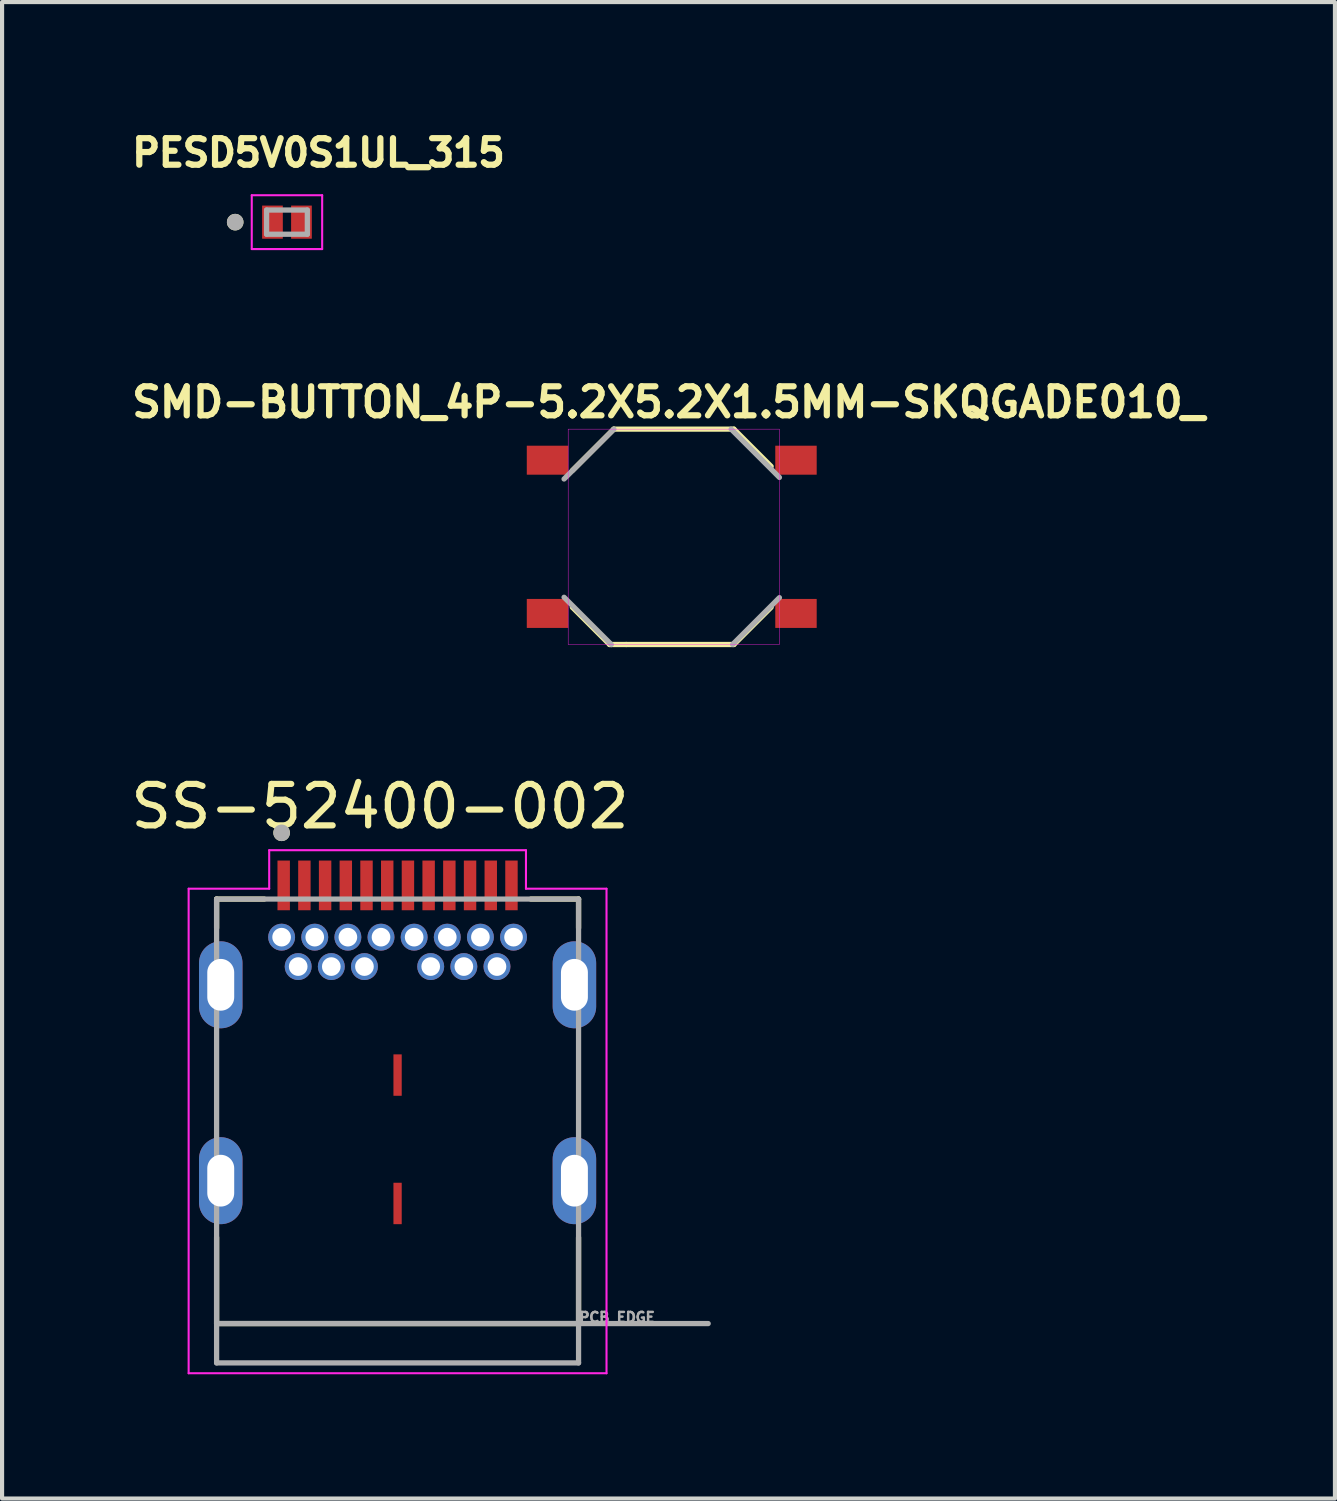
<source format=kicad_pcb>
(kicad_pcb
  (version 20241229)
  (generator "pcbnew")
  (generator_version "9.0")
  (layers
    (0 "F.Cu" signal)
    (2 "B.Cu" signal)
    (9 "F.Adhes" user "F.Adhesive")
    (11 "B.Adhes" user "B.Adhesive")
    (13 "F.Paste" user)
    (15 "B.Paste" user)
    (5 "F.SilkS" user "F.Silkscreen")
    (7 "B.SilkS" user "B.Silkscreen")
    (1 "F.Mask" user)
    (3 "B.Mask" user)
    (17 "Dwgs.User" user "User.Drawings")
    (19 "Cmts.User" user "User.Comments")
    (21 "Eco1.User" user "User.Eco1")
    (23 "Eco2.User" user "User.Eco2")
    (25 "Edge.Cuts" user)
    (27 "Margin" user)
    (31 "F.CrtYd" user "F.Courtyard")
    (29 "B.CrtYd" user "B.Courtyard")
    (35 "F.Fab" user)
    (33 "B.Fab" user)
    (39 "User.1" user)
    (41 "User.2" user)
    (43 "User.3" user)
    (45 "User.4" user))
  (footprint "PESD5V0S1UL_315"
    (layer "F.Cu")
    (at 3.879 2.314)
    (property "Reference" "PESD5V0S1UL_315" (at 0.762 -1.676 0) (layer "F.SilkS") (effects (font (size 0.64 0.64) (thickness 0.15))))
    (attr smd)
    (fp_poly (pts (xy -0.15 -0.3) (xy -0.15 0.3) (xy -0.15 0.303) (xy -0.15 0.305) (xy -0.151 0.308) (xy -0.151 0.31) (xy -0.152 0.313) (xy -0.152 0.315) (xy -0.153 0.318) (xy -0.154 0.32) (xy -0.155 0.323) (xy -0.157 0.325) (xy -0.158 0.327) (xy -0.16 0.329) (xy -0.161 0.331) (xy -0.163 0.333) (xy -0.165 0.335) (xy -0.167 0.337) (xy -0.169 0.339) (xy -0.171 0.34) (xy -0.173 0.342) (xy -0.175 0.343) (xy -0.177 0.345) (xy -0.18 0.346) (xy -0.182 0.347) (xy -0.185 0.348) (xy -0.187 0.348) (xy -0.19 0.349) (xy -0.192 0.349) (xy -0.195 0.35) (xy -0.197 0.35) (xy -0.2 0.35) (xy -0.5 0.35) (xy -0.503 0.35) (xy -0.505 0.35) (xy -0.508 0.349) (xy -0.51 0.349) (xy -0.513 0.348) (xy -0.515 0.348) (xy -0.518 0.347) (xy -0.52 0.346) (xy -0.523 0.345) (xy -0.525 0.343) (xy -0.527 0.342) (xy -0.529 0.34) (xy -0.531 0.339) (xy -0.533 0.337) (xy -0.535 0.335) (xy -0.537 0.333) (xy -0.539 0.331) (xy -0.54 0.329) (xy -0.542 0.327) (xy -0.543 0.325) (xy -0.545 0.323) (xy -0.546 0.32) (xy -0.547 0.318) (xy -0.548 0.315) (xy -0.548 0.313) (xy -0.549 0.31) (xy -0.549 0.308) (xy -0.55 0.305) (xy -0.55 0.303) (xy -0.55 0.3) (xy -0.55 -0.3) (xy -0.55 -0.303) (xy -0.55 -0.305) (xy -0.549 -0.308) (xy -0.549 -0.31) (xy -0.548 -0.313) (xy -0.548 -0.315) (xy -0.547 -0.318) (xy -0.546 -0.32) (xy -0.545 -0.323) (xy -0.543 -0.325) (xy -0.542 -0.327) (xy -0.54 -0.329) (xy -0.539 -0.331) (xy -0.537 -0.333) (xy -0.535 -0.335) (xy -0.533 -0.337) (xy -0.531 -0.339) (xy -0.529 -0.34) (xy -0.527 -0.342) (xy -0.525 -0.343) (xy -0.523 -0.345) (xy -0.52 -0.346) (xy -0.518 -0.347) (xy -0.515 -0.348) (xy -0.513 -0.348) (xy -0.51 -0.349) (xy -0.508 -0.349) (xy -0.505 -0.35) (xy -0.503 -0.35) (xy -0.5 -0.35) (xy -0.2 -0.35) (xy -0.197 -0.35) (xy -0.195 -0.35) (xy -0.192 -0.349) (xy -0.19 -0.349) (xy -0.187 -0.348) (xy -0.185 -0.348) (xy -0.182 -0.347) (xy -0.18 -0.346) (xy -0.177 -0.345) (xy -0.175 -0.343) (xy -0.173 -0.342) (xy -0.171 -0.34) (xy -0.169 -0.339) (xy -0.167 -0.337) (xy -0.165 -0.335) (xy -0.163 -0.333) (xy -0.161 -0.331) (xy -0.16 -0.329) (xy -0.158 -0.327) (xy -0.157 -0.325) (xy -0.155 -0.323) (xy -0.154 -0.32) (xy -0.153 -0.318) (xy -0.152 -0.315) (xy -0.152 -0.313) (xy -0.151 -0.31) (xy -0.151 -0.308) (xy -0.15 -0.305) (xy -0.15 -0.303) (xy -0.15 -0.3)) (stroke (width 0.01) (type solid)) (fill yes) (layer "F.Mask"))
    (fp_poly (pts (xy 0.55 -0.3) (xy 0.55 0.3) (xy 0.55 0.303) (xy 0.55 0.305) (xy 0.549 0.308) (xy 0.549 0.31) (xy 0.548 0.313) (xy 0.548 0.315) (xy 0.547 0.318) (xy 0.546 0.32) (xy 0.545 0.323) (xy 0.543 0.325) (xy 0.542 0.327) (xy 0.54 0.329) (xy 0.539 0.331) (xy 0.537 0.333) (xy 0.535 0.335) (xy 0.533 0.337) (xy 0.531 0.339) (xy 0.529 0.34) (xy 0.527 0.342) (xy 0.525 0.343) (xy 0.523 0.345) (xy 0.52 0.346) (xy 0.518 0.347) (xy 0.515 0.348) (xy 0.513 0.348) (xy 0.51 0.349) (xy 0.508 0.349) (xy 0.505 0.35) (xy 0.503 0.35) (xy 0.5 0.35) (xy 0.2 0.35) (xy 0.197 0.35) (xy 0.195 0.35) (xy 0.192 0.349) (xy 0.19 0.349) (xy 0.187 0.348) (xy 0.185 0.348) (xy 0.182 0.347) (xy 0.18 0.346) (xy 0.177 0.345) (xy 0.175 0.343) (xy 0.173 0.342) (xy 0.171 0.34) (xy 0.169 0.339) (xy 0.167 0.337) (xy 0.165 0.335) (xy 0.163 0.333) (xy 0.161 0.331) (xy 0.16 0.329) (xy 0.158 0.327) (xy 0.157 0.325) (xy 0.155 0.323) (xy 0.154 0.32) (xy 0.153 0.318) (xy 0.152 0.315) (xy 0.152 0.313) (xy 0.151 0.31) (xy 0.151 0.308) (xy 0.15 0.305) (xy 0.15 0.303) (xy 0.15 0.3) (xy 0.15 -0.3) (xy 0.15 -0.303) (xy 0.15 -0.305) (xy 0.151 -0.308) (xy 0.151 -0.31) (xy 0.152 -0.313) (xy 0.152 -0.315) (xy 0.153 -0.318) (xy 0.154 -0.32) (xy 0.155 -0.323) (xy 0.157 -0.325) (xy 0.158 -0.327) (xy 0.16 -0.329) (xy 0.161 -0.331) (xy 0.163 -0.333) (xy 0.165 -0.335) (xy 0.167 -0.337) (xy 0.169 -0.339) (xy 0.171 -0.34) (xy 0.173 -0.342) (xy 0.175 -0.343) (xy 0.177 -0.345) (xy 0.18 -0.346) (xy 0.182 -0.347) (xy 0.185 -0.348) (xy 0.187 -0.348) (xy 0.19 -0.349) (xy 0.192 -0.349) (xy 0.195 -0.35) (xy 0.197 -0.35) (xy 0.2 -0.35) (xy 0.5 -0.35) (xy 0.503 -0.35) (xy 0.505 -0.35) (xy 0.508 -0.349) (xy 0.51 -0.349) (xy 0.513 -0.348) (xy 0.515 -0.348) (xy 0.518 -0.347) (xy 0.52 -0.346) (xy 0.523 -0.345) (xy 0.525 -0.343) (xy 0.527 -0.342) (xy 0.529 -0.34) (xy 0.531 -0.339) (xy 0.533 -0.337) (xy 0.535 -0.335) (xy 0.537 -0.333) (xy 0.539 -0.331) (xy 0.54 -0.329) (xy 0.542 -0.327) (xy 0.543 -0.325) (xy 0.545 -0.323) (xy 0.546 -0.32) (xy 0.547 -0.318) (xy 0.548 -0.315) (xy 0.548 -0.313) (xy 0.549 -0.31) (xy 0.549 -0.308) (xy 0.55 -0.305) (xy 0.55 -0.303) (xy 0.55 -0.3)) (stroke (width 0.01) (type solid)) (fill yes) (layer "F.Mask"))
    (fp_circle (center -1.25 0) (end -1.15 0) (stroke (width 0.2) (type solid)) (fill no) (layer "F.SilkS"))
    (fp_poly (pts (xy -0.5 -0.3) (xy -0.2 -0.3) (xy -0.2 0.3) (xy -0.5 0.3)) (stroke (width 0.01) (type solid)) (fill yes) (layer "F.Paste"))
    (fp_poly (pts (xy 0.2 -0.3) (xy 0.5 -0.3) (xy 0.5 0.3) (xy 0.2 0.3)) (stroke (width 0.01) (type solid)) (fill yes) (layer "F.Paste"))
    (fp_line (start -0.85 -0.65) (end 0.85 -0.65) (stroke (width 0.05) (type solid)) (layer "F.CrtYd"))
    (fp_line (start -0.85 0.65) (end -0.85 -0.65) (stroke (width 0.05) (type solid)) (layer "F.CrtYd"))
    (fp_line (start 0.85 -0.65) (end 0.85 0.65) (stroke (width 0.05) (type solid)) (layer "F.CrtYd"))
    (fp_line (start 0.85 0.65) (end -0.85 0.65) (stroke (width 0.05) (type solid)) (layer "F.CrtYd"))
    (fp_line (start -0.492 -0.292) (end 0.492 -0.292) (stroke (width 0.127) (type solid)) (layer "F.Fab"))
    (fp_line (start -0.492 0.292) (end -0.492 -0.292) (stroke (width 0.127) (type solid)) (layer "F.Fab"))
    (fp_line (start 0.492 -0.292) (end 0.492 0.292) (stroke (width 0.127) (type solid)) (layer "F.Fab"))
    (fp_line (start 0.492 0.292) (end -0.492 0.292) (stroke (width 0.127) (type solid)) (layer "F.Fab"))
    (fp_circle (center -1.25 0) (end -1.15 0) (stroke (width 0.2) (type solid)) (fill no) (layer "F.Fab"))
    (pad "A" smd rect (at 0.35 0) (size 0.5 0.8) (layers "F.Cu"))
    (pad "K" smd rect (at -0.35 0) (size 0.5 0.8) (layers "F.Cu")))
  (footprint "SS-52400-002"
    (layer "F.Cu")
    (at 6.55 25.459)
    (property "Reference" "SS-52400-002" (at -0.425 -9.035 0) (layer "F.SilkS") (effects (font (size 1 1) (thickness 0.15))))
    (attr through_hole)
    (fp_line (start -4.37 -6.8) (end -4.37 -6.1) (stroke (width 0.127) (type solid)) (layer "F.SilkS"))
    (fp_line (start -4.37 1.37) (end -4.37 3.45) (stroke (width 0.127) (type solid)) (layer "F.SilkS"))
    (fp_line (start -4.37 3.45) (end 4.37 3.45) (stroke (width 0.127) (type solid)) (layer "F.SilkS"))
    (fp_line (start -3.22 -6.8) (end -4.37 -6.8) (stroke (width 0.127) (type solid)) (layer "F.SilkS"))
    (fp_line (start 3.22 -6.8) (end 4.37 -6.8) (stroke (width 0.127) (type solid)) (layer "F.SilkS"))
    (fp_line (start 4.37 -6.8) (end 4.37 -6.1) (stroke (width 0.127) (type solid)) (layer "F.SilkS"))
    (fp_line (start 4.37 3.45) (end 4.37 1.37) (stroke (width 0.127) (type solid)) (layer "F.SilkS"))
    (fp_circle (center -2.8 -8.4) (end -2.7 -8.4) (stroke (width 0.2) (type solid)) (fill no) (layer "F.SilkS"))
    (fp_line (start -5.045 -7.05) (end -5.045 4.65) (stroke (width 0.05) (type solid)) (layer "F.CrtYd"))
    (fp_line (start -5.045 4.65) (end 5.045 4.65) (stroke (width 0.05) (type solid)) (layer "F.CrtYd"))
    (fp_line (start -3.1 -7.98) (end -3.1 -7.05) (stroke (width 0.05) (type solid)) (layer "F.CrtYd"))
    (fp_line (start -3.1 -7.05) (end -5.045 -7.05) (stroke (width 0.05) (type solid)) (layer "F.CrtYd"))
    (fp_line (start 3.1 -7.98) (end -3.1 -7.98) (stroke (width 0.05) (type solid)) (layer "F.CrtYd"))
    (fp_line (start 3.1 -7.05) (end 3.1 -7.98) (stroke (width 0.05) (type solid)) (layer "F.CrtYd"))
    (fp_line (start 5.045 -7.05) (end 3.1 -7.05) (stroke (width 0.05) (type solid)) (layer "F.CrtYd"))
    (fp_line (start 5.045 4.65) (end 5.045 -7.05) (stroke (width 0.05) (type solid)) (layer "F.CrtYd"))
    (fp_line (start -4.37 -6.8) (end 4.37 -6.8) (stroke (width 0.127) (type solid)) (layer "F.Fab"))
    (fp_line (start -4.37 3.45) (end -4.37 -6.8) (stroke (width 0.127) (type solid)) (layer "F.Fab"))
    (fp_line (start -4.37 3.45) (end 7.5 3.45) (stroke (width 0.127) (type solid)) (layer "F.Fab"))
    (fp_line (start -4.37 4.4) (end -4.37 3.45) (stroke (width 0.127) (type solid)) (layer "F.Fab"))
    (fp_line (start 4.37 -6.8) (end 4.37 4.4) (stroke (width 0.127) (type solid)) (layer "F.Fab"))
    (fp_line (start 4.37 4.4) (end -4.37 4.4) (stroke (width 0.127) (type solid)) (layer "F.Fab"))
    (fp_circle (center -2.8 -8.4) (end -2.7 -8.4) (stroke (width 0.2) (type solid)) (fill no) (layer "F.Fab"))
    (fp_text user "PCB EDGE" (at 5.3 3.3 0) (layer "F.Fab") (effects (font (size 0.24 0.24) (thickness 0.15))))
    (pad "A1" smd rect (at -2.75 -7.13) (size 0.3 1.2) (layers "F.Cu" "F.Mask" "F.Paste"))
    (pad "A2" smd rect (at -2.25 -7.13) (size 0.3 1.2) (layers "F.Cu" "F.Mask" "F.Paste"))
    (pad "A3" smd rect (at -1.75 -7.13) (size 0.3 1.2) (layers "F.Cu" "F.Mask" "F.Paste"))
    (pad "A4" smd rect (at -1.25 -7.13) (size 0.3 1.2) (layers "F.Cu" "F.Mask" "F.Paste"))
    (pad "A5" smd rect (at -0.75 -7.13) (size 0.3 1.2) (layers "F.Cu" "F.Mask" "F.Paste"))
    (pad "A6" smd rect (at -0.25 -7.13) (size 0.3 1.2) (layers "F.Cu" "F.Mask" "F.Paste"))
    (pad "A7" smd rect (at 0.25 -7.13) (size 0.3 1.2) (layers "F.Cu" "F.Mask" "F.Paste"))
    (pad "A8" smd rect (at 0.75 -7.13) (size 0.3 1.2) (layers "F.Cu" "F.Mask" "F.Paste"))
    (pad "A9" smd rect (at 1.25 -7.13) (size 0.3 1.2) (layers "F.Cu" "F.Mask" "F.Paste"))
    (pad "A10" smd rect (at 1.75 -7.13) (size 0.3 1.2) (layers "F.Cu" "F.Mask" "F.Paste"))
    (pad "A11" smd rect (at 2.25 -7.13) (size 0.3 1.2) (layers "F.Cu" "F.Mask" "F.Paste"))
    (pad "A12" smd rect (at 2.75 -7.13) (size 0.3 1.2) (layers "F.Cu" "F.Mask" "F.Paste"))
    (pad "B1" thru_hole circle (at 2.8 -5.88) (size 0.65 0.65) (drill 0.45) (layers "*.Cu" "*.Mask"))
    (pad "B2" thru_hole circle (at 2.4 -5.17) (size 0.65 0.65) (drill 0.45) (layers "*.Cu" "*.Mask"))
    (pad "B3" thru_hole circle (at 1.6 -5.17) (size 0.65 0.65) (drill 0.45) (layers "*.Cu" "*.Mask"))
    (pad "B4" thru_hole circle (at 1.2 -5.88) (size 0.65 0.65) (drill 0.45) (layers "*.Cu" "*.Mask"))
    (pad "B5" thru_hole circle (at 0.8 -5.17) (size 0.65 0.65) (drill 0.45) (layers "*.Cu" "*.Mask"))
    (pad "B6" thru_hole circle (at 0.4 -5.88) (size 0.65 0.65) (drill 0.45) (layers "*.Cu" "*.Mask"))
    (pad "B7" thru_hole circle (at -0.4 -5.88) (size 0.65 0.65) (drill 0.45) (layers "*.Cu" "*.Mask"))
    (pad "B8" thru_hole circle (at -0.8 -5.17) (size 0.65 0.65) (drill 0.45) (layers "*.Cu" "*.Mask"))
    (pad "B9" thru_hole circle (at -1.2 -5.88) (size 0.65 0.65) (drill 0.45) (layers "*.Cu" "*.Mask"))
    (pad "B10" thru_hole circle (at -1.6 -5.17) (size 0.65 0.65) (drill 0.45) (layers "*.Cu" "*.Mask"))
    (pad "B11" thru_hole circle (at -2.4 -5.17) (size 0.65 0.65) (drill 0.45) (layers "*.Cu" "*.Mask"))
    (pad "B12" thru_hole circle (at -2.8 -5.88) (size 0.65 0.65) (drill 0.45) (layers "*.Cu" "*.Mask"))
    (pad "G1" thru_hole circle (at 2 -5.88) (size 0.65 0.65) (drill 0.45) (layers "*.Cu" "*.Mask"))
    (pad "G2" thru_hole circle (at -2 -5.88) (size 0.65 0.65) (drill 0.45) (layers "*.Cu" "*.Mask"))
    (pad "G3" smd rect (at 0 -2.55) (size 0.2 1) (layers "F.Cu" "F.Mask" "F.Paste"))
    (pad "G4" smd rect (at 0 0.55) (size 0.2 1) (layers "F.Cu" "F.Mask" "F.Paste"))
    (pad "S1" thru_hole oval (at -4.27 -4.73) (size 1.05 2.1) (drill oval 0.65 1.25) (layers "*.Cu" "*.Mask"))
    (pad "S2" thru_hole oval (at 4.27 -4.73) (size 1.05 2.1) (drill oval 0.65 1.25) (layers "*.Cu" "*.Mask"))
    (pad "S3" thru_hole oval (at -4.27 0) (size 1.05 2.1) (drill oval 0.65 1.25) (layers "*.Cu" "*.Mask"))
    (pad "S4" thru_hole oval (at 4.27 0) (size 1.05 2.1) (drill oval 0.65 1.25) (layers "*.Cu" "*.Mask")))
  (footprint "SMD-BUTTON_4P-5.2X5.2X1.5MM-SKQGADE010_"
    (layer "F.Cu")
    (at 13.17 9.912)
    (property "Reference" "SMD-BUTTON_4P-5.2X5.2X1.5MM-SKQGADE010_" (at -0.078 -3.25 0) (layer "F.SilkS") (effects (font (size 0.701 0.701) (thickness 0.15))))
    (attr smd)
    (fp_line (start -1.5 2.6) (end -2.4 1.7) (stroke (width 0.127) (type solid)) (layer "F.SilkS"))
    (fp_line (start -1.46 2.6) (end -1.5 2.6) (stroke (width 0.127) (type solid)) (layer "F.SilkS"))
    (fp_line (start -1.4 -2.6) (end -2.4 -1.6) (stroke (width 0.127) (type solid)) (layer "F.SilkS"))
    (fp_line (start -1.4 -2.6) (end 1.5 -2.6) (stroke (width 0.127) (type solid)) (layer "F.SilkS"))
    (fp_line (start -1.1 2.6) (end -1.46 2.6) (stroke (width 0.127) (type solid)) (layer "F.SilkS"))
    (fp_line (start 1.5 -2.6) (end 2.4 -1.7) (stroke (width 0.127) (type solid)) (layer "F.SilkS"))
    (fp_line (start 1.5 2.6) (end -1.1 2.6) (stroke (width 0.127) (type solid)) (layer "F.SilkS"))
    (fp_line (start 1.5 2.6) (end 2.4 1.7) (stroke (width 0.127) (type solid)) (layer "F.SilkS"))
    (fp_poly (pts (xy -2.501 -2.6) (xy 2.6 -2.6) (xy 2.6 2.601) (xy -2.501 2.601)) (stroke (width 0.01) (type solid)) (fill no) (layer "F.CrtYd"))
    (fp_line (start -2.6 -1.396) (end -1.396 -2.6) (stroke (width 0.127) (type solid)) (layer "F.Fab"))
    (fp_line (start -1.46 2.6) (end -2.6 1.46) (stroke (width 0.127) (type solid)) (layer "F.Fab"))
    (fp_line (start 1.434 -2.6) (end 2.6 -1.434) (stroke (width 0.127) (type solid)) (layer "F.Fab"))
    (fp_line (start 2.6 1.469) (end 1.469 2.6) (stroke (width 0.127) (type solid)) (layer "F.Fab"))
    (pad "1" smd rect (at -3 -1.85) (size 1 0.7) (layers "F.Cu" "F.Mask" "F.Paste"))
    (pad "2" smd rect (at 3 -1.85) (size 1 0.7) (layers "F.Cu" "F.Mask" "F.Paste"))
    (pad "3" smd rect (at -3 1.85) (size 1 0.7) (layers "F.Cu" "F.Mask" "F.Paste"))
    (pad "4" smd rect (at 3 1.85) (size 1 0.7) (layers "F.Cu" "F.Mask" "F.Paste")))
  (gr_rect
    (start -3 -3)
    (end 29.184 33.134)
    (stroke (width 0.1) (type default))
    (fill no)
    (layer "Edge.Cuts")))
</source>
